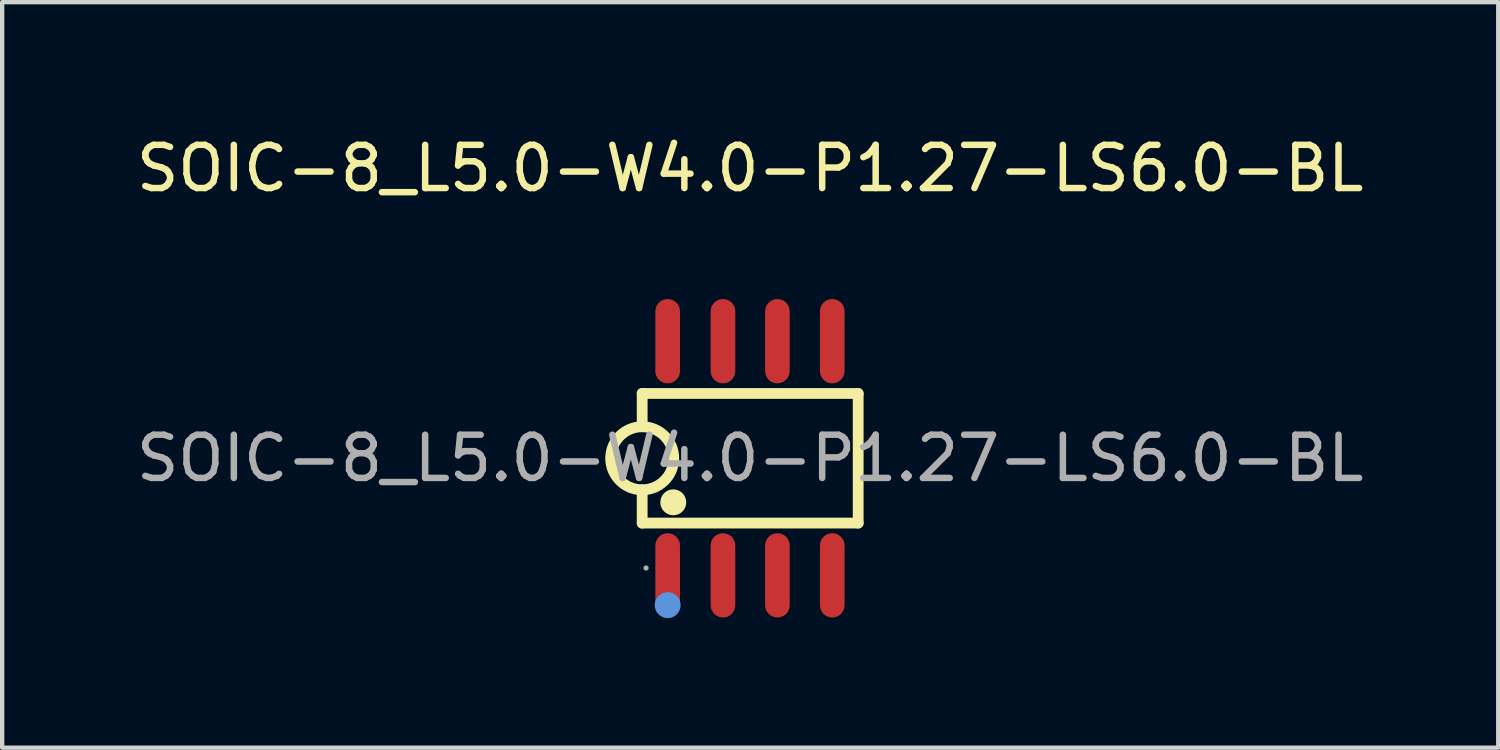
<source format=kicad_pcb>
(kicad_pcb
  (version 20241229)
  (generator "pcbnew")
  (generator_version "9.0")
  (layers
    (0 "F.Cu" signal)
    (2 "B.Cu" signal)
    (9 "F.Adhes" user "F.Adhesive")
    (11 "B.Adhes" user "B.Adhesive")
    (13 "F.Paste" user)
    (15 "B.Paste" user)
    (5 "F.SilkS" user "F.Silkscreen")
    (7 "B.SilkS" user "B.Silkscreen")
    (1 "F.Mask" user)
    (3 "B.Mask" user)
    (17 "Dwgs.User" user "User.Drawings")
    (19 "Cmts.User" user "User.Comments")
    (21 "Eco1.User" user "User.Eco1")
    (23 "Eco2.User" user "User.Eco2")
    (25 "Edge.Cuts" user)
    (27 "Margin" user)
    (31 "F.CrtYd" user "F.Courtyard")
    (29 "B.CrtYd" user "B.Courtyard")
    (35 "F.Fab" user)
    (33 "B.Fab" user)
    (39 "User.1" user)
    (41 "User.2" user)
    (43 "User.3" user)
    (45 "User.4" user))
  (footprint "SOIC-8_L5.0-W4.0-P1.27-LS6.0-BL"
    (layer "F.Cu")
    (at 14.315 7.558)
    (property "Reference" "SOIC-8_L5.0-W4.0-P1.27-LS6.0-BL" (at 0 -6.71 0) (layer "F.SilkS") (effects (font (size 1 1) (thickness 0.15))))
    (attr smd)
    (fp_line (start -2.5 -1.5) (end -2.5 -0.73) (stroke (width 0.25) (type solid)) (layer "F.SilkS"))
    (fp_line (start -2.5 -1.5) (end 2.5 -1.5) (stroke (width 0.25) (type solid)) (layer "F.SilkS"))
    (fp_line (start -2.5 1.5) (end -2.5 0.73) (stroke (width 0.25) (type solid)) (layer "F.SilkS"))
    (fp_line (start -2.5 1.5) (end 2.5 1.5) (stroke (width 0.25) (type solid)) (layer "F.SilkS"))
    (fp_line (start 2.5 -1.5) (end 2.5 1.5) (stroke (width 0.25) (type solid)) (layer "F.SilkS"))
    (fp_arc (start -2.48726 -0.729889) (mid -2.50637 0.729972) (end -2.5 -0.73) (stroke (width 0.25) (type solid)) (layer "F.SilkS"))
    (fp_circle (center -1.78 1.02) (end -1.63 1.02) (stroke (width 0.3) (type solid)) (fill no) (layer "F.SilkS"))
    (fp_circle (center -1.91 3.4) (end -1.76 3.4) (stroke (width 0.3) (type solid)) (fill no) (layer "Cmts.User"))
    (fp_circle (center -2.41 2.54) (end -2.38 2.54) (stroke (width 0.06) (type solid)) (fill no) (layer "F.Fab"))
    (fp_text user "${REFERENCE}" (at 0 0 0) (layer "F.Fab") (effects (font (size 1 1) (thickness 0.15))))
    (pad "1" smd oval (at -1.91 2.71) (size 0.57 1.95) (layers "F.Cu" "F.Mask" "F.Paste"))
    (pad "2" smd oval (at -0.63 2.71) (size 0.57 1.95) (layers "F.Cu" "F.Mask" "F.Paste"))
    (pad "3" smd oval (at 0.63 2.71) (size 0.57 1.95) (layers "F.Cu" "F.Mask" "F.Paste"))
    (pad "4" smd oval (at 1.9 2.71) (size 0.57 1.95) (layers "F.Cu" "F.Mask" "F.Paste"))
    (pad "5" smd oval (at 1.9 -2.71) (size 0.57 1.95) (layers "F.Cu" "F.Mask" "F.Paste"))
    (pad "6" smd oval (at 0.63 -2.71) (size 0.57 1.95) (layers "F.Cu" "F.Mask" "F.Paste"))
    (pad "7" smd oval (at -0.63 -2.71) (size 0.57 1.95) (layers "F.Cu" "F.Mask" "F.Paste"))
    (pad "8" smd oval (at -1.91 -2.71) (size 0.57 1.95) (layers "F.Cu" "F.Mask" "F.Paste")))
  (gr_rect
    (start -3 -3)
    (end 31.631 14.258)
    (stroke (width 0.1) (type default))
    (fill no)
    (layer "Edge.Cuts")))
</source>
